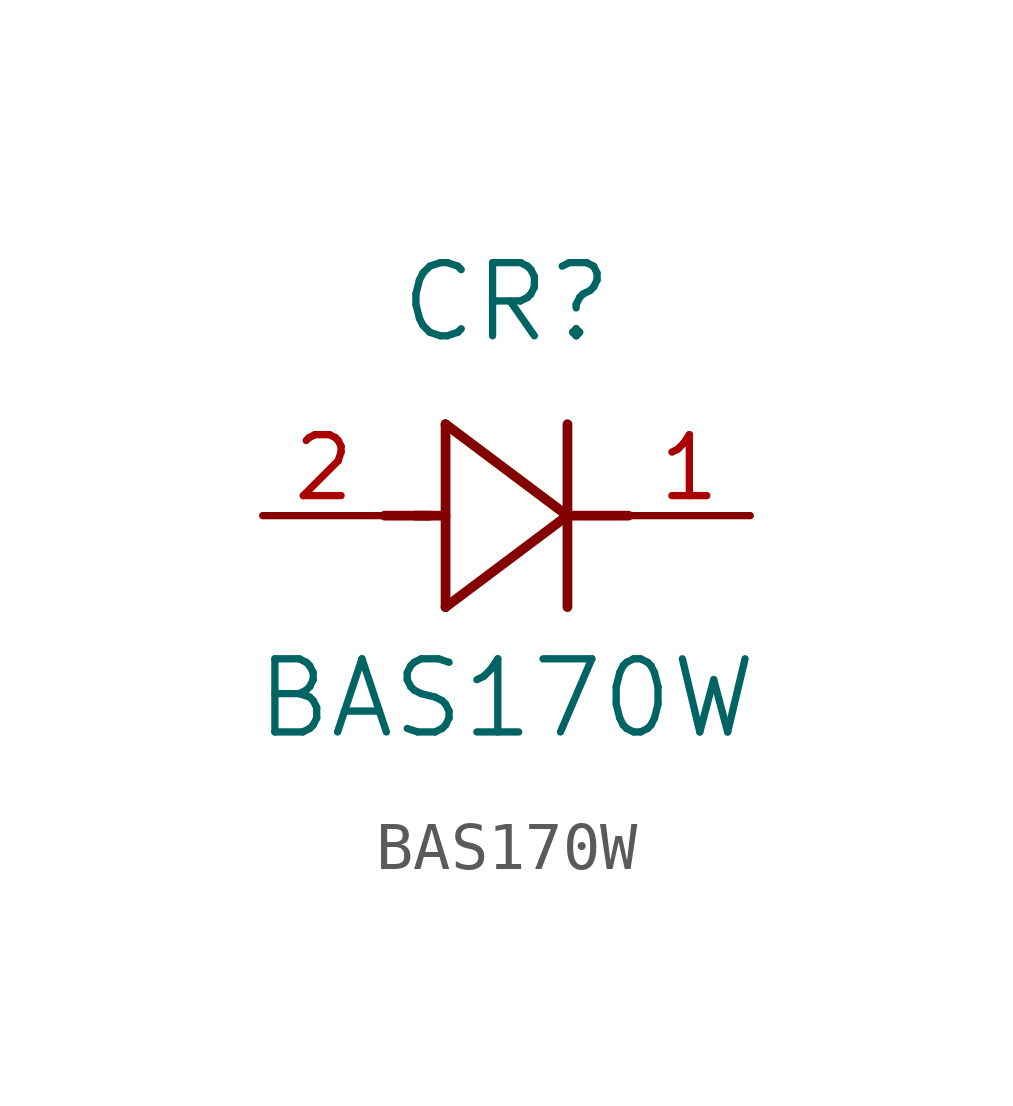
<source format=kicad_sym>
(kicad_symbol_lib
  (version 20220914)
  (generator kicad_symbol_editor)
  (symbol "BAS170W"
    (pin_names
      (offset 0.254))
    (property "Reference" "CR"
      (at 5.08 4.445 0)
      (effects (font (size 1.524 1.524))))
    (property "Value" "BAS170W"
      (at 5.08 -3.81 0)
      (effects (font (size 1.524 1.524))))
    (symbol "BAS170W_0_1"
      (polyline (pts (xy 2.54 0) (xy 3.48 0)) (stroke (width 0.203) (type default)) (fill (type none)))
      (polyline (pts (xy 3.175 0) (xy 3.81 0)) (stroke (width 0.203) (type default)) (fill (type none)))
      (polyline (pts (xy 3.81 -1.905) (xy 6.35 0)) (stroke (width 0.203) (type default)) (fill (type none)))
      (polyline (pts (xy 3.81 1.905) (xy 3.81 -1.905)) (stroke (width 0.203) (type default)) (fill (type none)))
      (polyline (pts (xy 6.35 -1.905) (xy 6.35 1.905)) (stroke (width 0.203) (type default)) (fill (type none)))
      (polyline (pts (xy 6.35 0) (xy 3.81 1.905)) (stroke (width 0.203) (type default)) (fill (type none)))
      (polyline (pts (xy 6.35 0) (xy 7.62 0)) (stroke (width 0.203) (type default)) (fill (type none)))
      (pin unspecified line (at 10.16 0 180) (length 2.54) (name "" (effects (font (size 1.27 1.27)))) (number "1" (effects (font (size 1.27 1.27)))))
      (pin unspecified line (at 0 0 0) (length 2.54) (name "" (effects (font (size 1.27 1.27)))) (number "2" (effects (font (size 1.27 1.27))))))))
</source>
